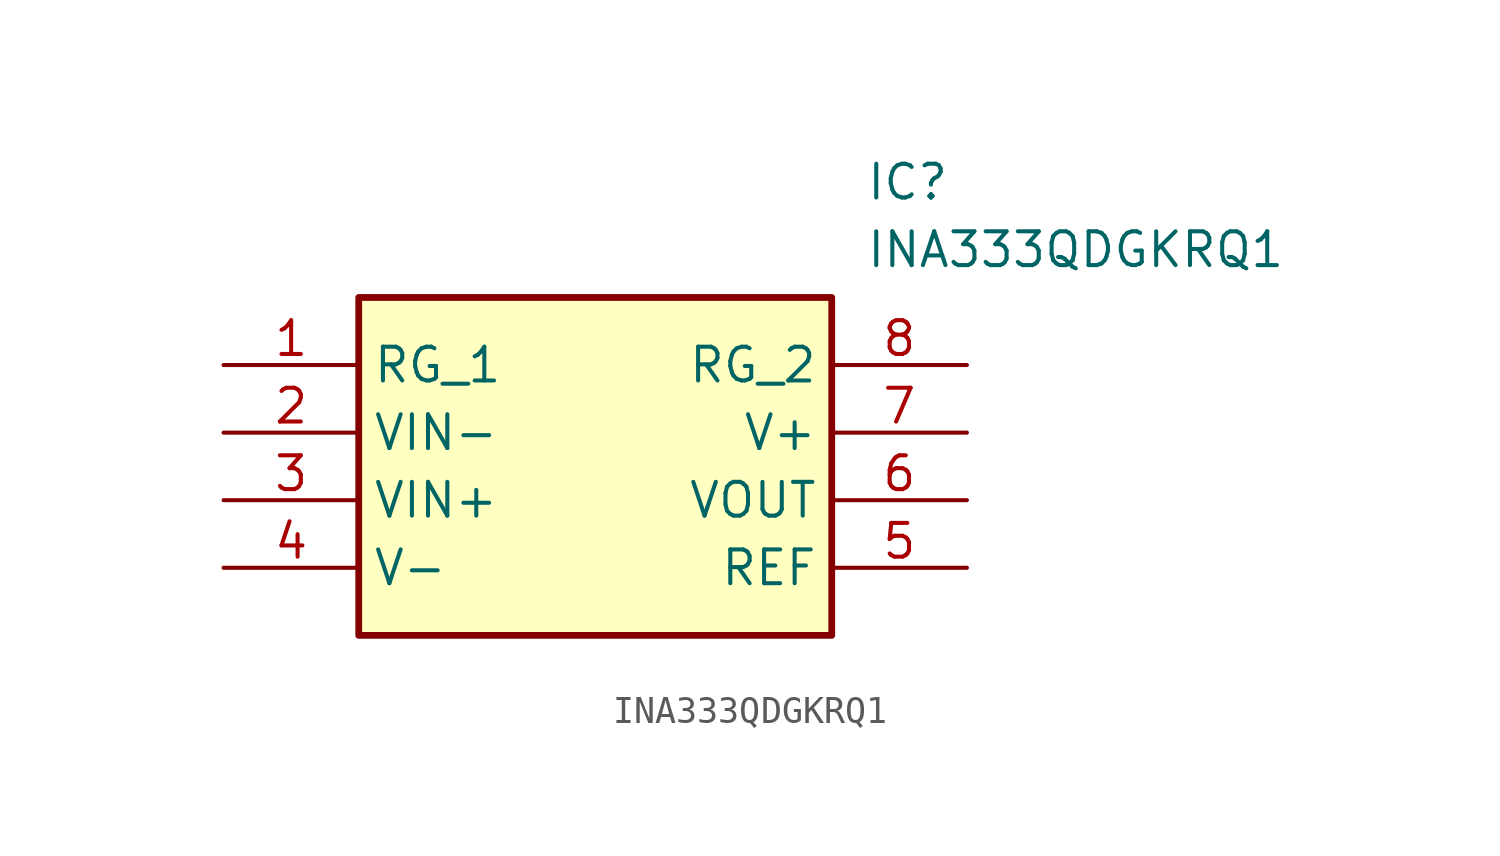
<source format=kicad_sym>
(kicad_symbol_lib
  (version 20220914)
  (generator kicad_symbol_editor)
  (symbol "INA333QDGKRQ1"
    (property "Reference" "IC"
      (at 24.13 7.62 0)
      (effects (font (size 1.27 1.27)) (justify left top)))
    (property "Value" "INA333QDGKRQ1"
      (at 24.13 5.08 0)
      (effects (font (size 1.27 1.27)) (justify left top)))
    (symbol "INA333QDGKRQ1_1_1"
      (rectangle (start 5.08 2.54) (end 22.86 -10.16) (stroke (width 0.254) (type default)) (fill (type background)))
      (pin passive line (at 0 0 0) (length 5.08) (name "RG_1" (effects (font (size 1.27 1.27)))) (number "1" (effects (font (size 1.27 1.27)))))
      (pin passive line (at 0 -2.54 0) (length 5.08) (name "VIN-" (effects (font (size 1.27 1.27)))) (number "2" (effects (font (size 1.27 1.27)))))
      (pin passive line (at 0 -5.08 0) (length 5.08) (name "VIN+" (effects (font (size 1.27 1.27)))) (number "3" (effects (font (size 1.27 1.27)))))
      (pin passive line (at 0 -7.62 0) (length 5.08) (name "V-" (effects (font (size 1.27 1.27)))) (number "4" (effects (font (size 1.27 1.27)))))
      (pin passive line (at 27.94 -7.62 180) (length 5.08) (name "REF" (effects (font (size 1.27 1.27)))) (number "5" (effects (font (size 1.27 1.27)))))
      (pin passive line (at 27.94 -5.08 180) (length 5.08) (name "VOUT" (effects (font (size 1.27 1.27)))) (number "6" (effects (font (size 1.27 1.27)))))
      (pin passive line (at 27.94 -2.54 180) (length 5.08) (name "V+" (effects (font (size 1.27 1.27)))) (number "7" (effects (font (size 1.27 1.27)))))
      (pin passive line (at 27.94 0 180) (length 5.08) (name "RG_2" (effects (font (size 1.27 1.27)))) (number "8" (effects (font (size 1.27 1.27))))))))
</source>
